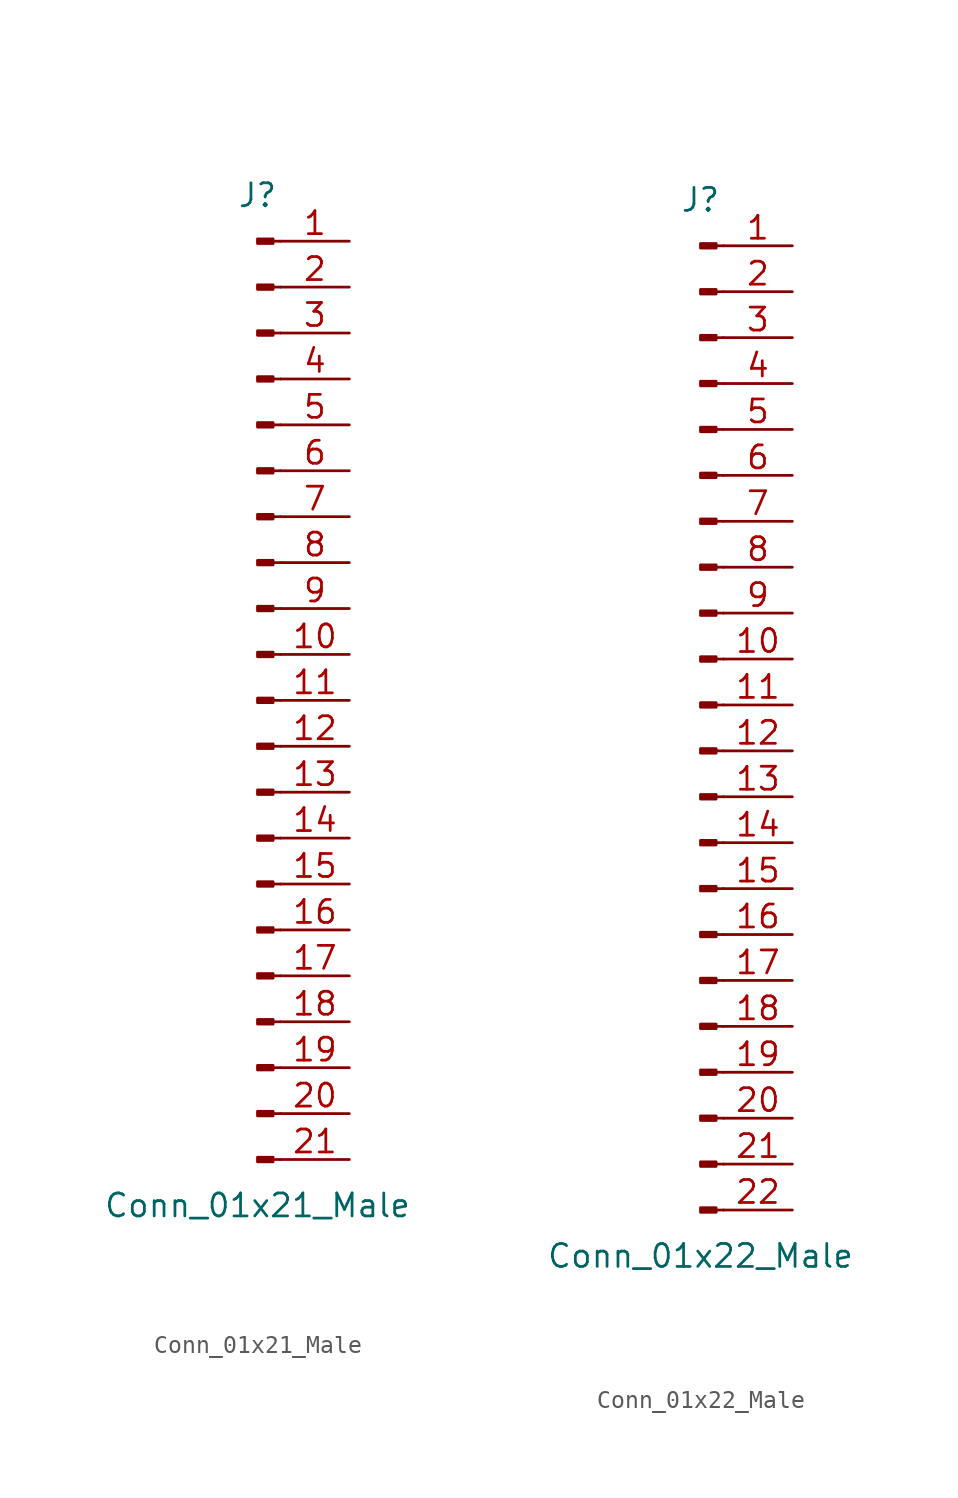
<source format=kicad_sym>
(kicad_symbol_lib
  (version 20201005)
  (generator kicad_symbol_editor)
  (symbol "Connector:Conn_01x21_Male"
    (pin_names
      (offset 1.016) hide)
    (property "Reference" "J"
      (at 0 27.94 0)
      (effects (font (size 1.27 1.27))))
    (property "Value" "Conn_01x21_Male"
      (at 0 -27.94 0)
      (effects (font (size 1.27 1.27))))
    (symbol "Conn_01x21_Male_1_1"
      (rectangle (start 0.864 -25.273) (end 0 -25.527) (stroke (width 0.152)) (fill (type outline)))
      (rectangle (start 0.864 -22.733) (end 0 -22.987) (stroke (width 0.152)) (fill (type outline)))
      (rectangle (start 0.864 -20.193) (end 0 -20.447) (stroke (width 0.152)) (fill (type outline)))
      (rectangle (start 0.864 -17.653) (end 0 -17.907) (stroke (width 0.152)) (fill (type outline)))
      (rectangle (start 0.864 -15.113) (end 0 -15.367) (stroke (width 0.152)) (fill (type outline)))
      (rectangle (start 0.864 -12.573) (end 0 -12.827) (stroke (width 0.152)) (fill (type outline)))
      (rectangle (start 0.864 -10.033) (end 0 -10.287) (stroke (width 0.152)) (fill (type outline)))
      (rectangle (start 0.864 -7.493) (end 0 -7.747) (stroke (width 0.152)) (fill (type outline)))
      (rectangle (start 0.864 -4.953) (end 0 -5.207) (stroke (width 0.152)) (fill (type outline)))
      (rectangle (start 0.864 -2.413) (end 0 -2.667) (stroke (width 0.152)) (fill (type outline)))
      (rectangle (start 0.864 0.127) (end 0 -0.127) (stroke (width 0.152)) (fill (type outline)))
      (rectangle (start 0.864 2.667) (end 0 2.413) (stroke (width 0.152)) (fill (type outline)))
      (rectangle (start 0.864 5.207) (end 0 4.953) (stroke (width 0.152)) (fill (type outline)))
      (rectangle (start 0.864 7.747) (end 0 7.493) (stroke (width 0.152)) (fill (type outline)))
      (rectangle (start 0.864 10.287) (end 0 10.033) (stroke (width 0.152)) (fill (type outline)))
      (rectangle (start 0.864 12.827) (end 0 12.573) (stroke (width 0.152)) (fill (type outline)))
      (rectangle (start 0.864 15.367) (end 0 15.113) (stroke (width 0.152)) (fill (type outline)))
      (rectangle (start 0.864 17.907) (end 0 17.653) (stroke (width 0.152)) (fill (type outline)))
      (rectangle (start 0.864 20.447) (end 0 20.193) (stroke (width 0.152)) (fill (type outline)))
      (rectangle (start 0.864 22.987) (end 0 22.733) (stroke (width 0.152)) (fill (type outline)))
      (rectangle (start 0.864 25.527) (end 0 25.273) (stroke (width 0.152)) (fill (type outline)))
      (polyline (pts (xy 1.27 -25.4) (xy 0.864 -25.4)) (stroke (width 0.152)) (fill (type none)))
      (polyline (pts (xy 1.27 -22.86) (xy 0.864 -22.86)) (stroke (width 0.152)) (fill (type none)))
      (polyline (pts (xy 1.27 -20.32) (xy 0.864 -20.32)) (stroke (width 0.152)) (fill (type none)))
      (polyline (pts (xy 1.27 -17.78) (xy 0.864 -17.78)) (stroke (width 0.152)) (fill (type none)))
      (polyline (pts (xy 1.27 -15.24) (xy 0.864 -15.24)) (stroke (width 0.152)) (fill (type none)))
      (polyline (pts (xy 1.27 -12.7) (xy 0.864 -12.7)) (stroke (width 0.152)) (fill (type none)))
      (polyline (pts (xy 1.27 -10.16) (xy 0.864 -10.16)) (stroke (width 0.152)) (fill (type none)))
      (polyline (pts (xy 1.27 -7.62) (xy 0.864 -7.62)) (stroke (width 0.152)) (fill (type none)))
      (polyline (pts (xy 1.27 -5.08) (xy 0.864 -5.08)) (stroke (width 0.152)) (fill (type none)))
      (polyline (pts (xy 1.27 -2.54) (xy 0.864 -2.54)) (stroke (width 0.152)) (fill (type none)))
      (polyline (pts (xy 1.27 0) (xy 0.864 0)) (stroke (width 0.152)) (fill (type none)))
      (polyline (pts (xy 1.27 2.54) (xy 0.864 2.54)) (stroke (width 0.152)) (fill (type none)))
      (polyline (pts (xy 1.27 5.08) (xy 0.864 5.08)) (stroke (width 0.152)) (fill (type none)))
      (polyline (pts (xy 1.27 7.62) (xy 0.864 7.62)) (stroke (width 0.152)) (fill (type none)))
      (polyline (pts (xy 1.27 10.16) (xy 0.864 10.16)) (stroke (width 0.152)) (fill (type none)))
      (polyline (pts (xy 1.27 12.7) (xy 0.864 12.7)) (stroke (width 0.152)) (fill (type none)))
      (polyline (pts (xy 1.27 15.24) (xy 0.864 15.24)) (stroke (width 0.152)) (fill (type none)))
      (polyline (pts (xy 1.27 17.78) (xy 0.864 17.78)) (stroke (width 0.152)) (fill (type none)))
      (polyline (pts (xy 1.27 20.32) (xy 0.864 20.32)) (stroke (width 0.152)) (fill (type none)))
      (polyline (pts (xy 1.27 22.86) (xy 0.864 22.86)) (stroke (width 0.152)) (fill (type none)))
      (polyline (pts (xy 1.27 25.4) (xy 0.864 25.4)) (stroke (width 0.152)) (fill (type none)))
      (pin passive line (at 5.08 25.4 180) (length 3.81) (name "Pin_1" (effects (font (size 1.27 1.27)))) (number "1" (effects (font (size 1.27 1.27)))))
      (pin passive line (at 5.08 2.54 180) (length 3.81) (name "Pin_10" (effects (font (size 1.27 1.27)))) (number "10" (effects (font (size 1.27 1.27)))))
      (pin passive line (at 5.08 0 180) (length 3.81) (name "Pin_11" (effects (font (size 1.27 1.27)))) (number "11" (effects (font (size 1.27 1.27)))))
      (pin passive line (at 5.08 -2.54 180) (length 3.81) (name "Pin_12" (effects (font (size 1.27 1.27)))) (number "12" (effects (font (size 1.27 1.27)))))
      (pin passive line (at 5.08 -5.08 180) (length 3.81) (name "Pin_13" (effects (font (size 1.27 1.27)))) (number "13" (effects (font (size 1.27 1.27)))))
      (pin passive line (at 5.08 -7.62 180) (length 3.81) (name "Pin_14" (effects (font (size 1.27 1.27)))) (number "14" (effects (font (size 1.27 1.27)))))
      (pin passive line (at 5.08 -10.16 180) (length 3.81) (name "Pin_15" (effects (font (size 1.27 1.27)))) (number "15" (effects (font (size 1.27 1.27)))))
      (pin passive line (at 5.08 -12.7 180) (length 3.81) (name "Pin_16" (effects (font (size 1.27 1.27)))) (number "16" (effects (font (size 1.27 1.27)))))
      (pin passive line (at 5.08 -15.24 180) (length 3.81) (name "Pin_17" (effects (font (size 1.27 1.27)))) (number "17" (effects (font (size 1.27 1.27)))))
      (pin passive line (at 5.08 -17.78 180) (length 3.81) (name "Pin_18" (effects (font (size 1.27 1.27)))) (number "18" (effects (font (size 1.27 1.27)))))
      (pin passive line (at 5.08 -20.32 180) (length 3.81) (name "Pin_19" (effects (font (size 1.27 1.27)))) (number "19" (effects (font (size 1.27 1.27)))))
      (pin passive line (at 5.08 22.86 180) (length 3.81) (name "Pin_2" (effects (font (size 1.27 1.27)))) (number "2" (effects (font (size 1.27 1.27)))))
      (pin passive line (at 5.08 -22.86 180) (length 3.81) (name "Pin_20" (effects (font (size 1.27 1.27)))) (number "20" (effects (font (size 1.27 1.27)))))
      (pin passive line (at 5.08 -25.4 180) (length 3.81) (name "Pin_21" (effects (font (size 1.27 1.27)))) (number "21" (effects (font (size 1.27 1.27)))))
      (pin passive line (at 5.08 20.32 180) (length 3.81) (name "Pin_3" (effects (font (size 1.27 1.27)))) (number "3" (effects (font (size 1.27 1.27)))))
      (pin passive line (at 5.08 17.78 180) (length 3.81) (name "Pin_4" (effects (font (size 1.27 1.27)))) (number "4" (effects (font (size 1.27 1.27)))))
      (pin passive line (at 5.08 15.24 180) (length 3.81) (name "Pin_5" (effects (font (size 1.27 1.27)))) (number "5" (effects (font (size 1.27 1.27)))))
      (pin passive line (at 5.08 12.7 180) (length 3.81) (name "Pin_6" (effects (font (size 1.27 1.27)))) (number "6" (effects (font (size 1.27 1.27)))))
      (pin passive line (at 5.08 10.16 180) (length 3.81) (name "Pin_7" (effects (font (size 1.27 1.27)))) (number "7" (effects (font (size 1.27 1.27)))))
      (pin passive line (at 5.08 7.62 180) (length 3.81) (name "Pin_8" (effects (font (size 1.27 1.27)))) (number "8" (effects (font (size 1.27 1.27)))))
      (pin passive line (at 5.08 5.08 180) (length 3.81) (name "Pin_9" (effects (font (size 1.27 1.27)))) (number "9" (effects (font (size 1.27 1.27)))))))
  (symbol "Connector:Conn_01x22_Male"
    (pin_names
      (offset 1.016) hide)
    (property "Reference" "J"
      (at 0 27.94 0)
      (effects (font (size 1.27 1.27))))
    (property "Value" "Conn_01x22_Male"
      (at 0 -30.48 0)
      (effects (font (size 1.27 1.27))))
    (symbol "Conn_01x22_Male_1_1"
      (rectangle (start 0.864 -27.813) (end 0 -28.067) (stroke (width 0.152)) (fill (type outline)))
      (rectangle (start 0.864 -25.273) (end 0 -25.527) (stroke (width 0.152)) (fill (type outline)))
      (rectangle (start 0.864 -22.733) (end 0 -22.987) (stroke (width 0.152)) (fill (type outline)))
      (rectangle (start 0.864 -20.193) (end 0 -20.447) (stroke (width 0.152)) (fill (type outline)))
      (rectangle (start 0.864 -17.653) (end 0 -17.907) (stroke (width 0.152)) (fill (type outline)))
      (rectangle (start 0.864 -15.113) (end 0 -15.367) (stroke (width 0.152)) (fill (type outline)))
      (rectangle (start 0.864 -12.573) (end 0 -12.827) (stroke (width 0.152)) (fill (type outline)))
      (rectangle (start 0.864 -10.033) (end 0 -10.287) (stroke (width 0.152)) (fill (type outline)))
      (rectangle (start 0.864 -7.493) (end 0 -7.747) (stroke (width 0.152)) (fill (type outline)))
      (rectangle (start 0.864 -4.953) (end 0 -5.207) (stroke (width 0.152)) (fill (type outline)))
      (rectangle (start 0.864 -2.413) (end 0 -2.667) (stroke (width 0.152)) (fill (type outline)))
      (rectangle (start 0.864 0.127) (end 0 -0.127) (stroke (width 0.152)) (fill (type outline)))
      (rectangle (start 0.864 2.667) (end 0 2.413) (stroke (width 0.152)) (fill (type outline)))
      (rectangle (start 0.864 5.207) (end 0 4.953) (stroke (width 0.152)) (fill (type outline)))
      (rectangle (start 0.864 7.747) (end 0 7.493) (stroke (width 0.152)) (fill (type outline)))
      (rectangle (start 0.864 10.287) (end 0 10.033) (stroke (width 0.152)) (fill (type outline)))
      (rectangle (start 0.864 12.827) (end 0 12.573) (stroke (width 0.152)) (fill (type outline)))
      (rectangle (start 0.864 15.367) (end 0 15.113) (stroke (width 0.152)) (fill (type outline)))
      (rectangle (start 0.864 17.907) (end 0 17.653) (stroke (width 0.152)) (fill (type outline)))
      (rectangle (start 0.864 20.447) (end 0 20.193) (stroke (width 0.152)) (fill (type outline)))
      (rectangle (start 0.864 22.987) (end 0 22.733) (stroke (width 0.152)) (fill (type outline)))
      (rectangle (start 0.864 25.527) (end 0 25.273) (stroke (width 0.152)) (fill (type outline)))
      (polyline (pts (xy 1.27 -27.94) (xy 0.864 -27.94)) (stroke (width 0.152)) (fill (type none)))
      (polyline (pts (xy 1.27 -25.4) (xy 0.864 -25.4)) (stroke (width 0.152)) (fill (type none)))
      (polyline (pts (xy 1.27 -22.86) (xy 0.864 -22.86)) (stroke (width 0.152)) (fill (type none)))
      (polyline (pts (xy 1.27 -20.32) (xy 0.864 -20.32)) (stroke (width 0.152)) (fill (type none)))
      (polyline (pts (xy 1.27 -17.78) (xy 0.864 -17.78)) (stroke (width 0.152)) (fill (type none)))
      (polyline (pts (xy 1.27 -15.24) (xy 0.864 -15.24)) (stroke (width 0.152)) (fill (type none)))
      (polyline (pts (xy 1.27 -12.7) (xy 0.864 -12.7)) (stroke (width 0.152)) (fill (type none)))
      (polyline (pts (xy 1.27 -10.16) (xy 0.864 -10.16)) (stroke (width 0.152)) (fill (type none)))
      (polyline (pts (xy 1.27 -7.62) (xy 0.864 -7.62)) (stroke (width 0.152)) (fill (type none)))
      (polyline (pts (xy 1.27 -5.08) (xy 0.864 -5.08)) (stroke (width 0.152)) (fill (type none)))
      (polyline (pts (xy 1.27 -2.54) (xy 0.864 -2.54)) (stroke (width 0.152)) (fill (type none)))
      (polyline (pts (xy 1.27 0) (xy 0.864 0)) (stroke (width 0.152)) (fill (type none)))
      (polyline (pts (xy 1.27 2.54) (xy 0.864 2.54)) (stroke (width 0.152)) (fill (type none)))
      (polyline (pts (xy 1.27 5.08) (xy 0.864 5.08)) (stroke (width 0.152)) (fill (type none)))
      (polyline (pts (xy 1.27 7.62) (xy 0.864 7.62)) (stroke (width 0.152)) (fill (type none)))
      (polyline (pts (xy 1.27 10.16) (xy 0.864 10.16)) (stroke (width 0.152)) (fill (type none)))
      (polyline (pts (xy 1.27 12.7) (xy 0.864 12.7)) (stroke (width 0.152)) (fill (type none)))
      (polyline (pts (xy 1.27 15.24) (xy 0.864 15.24)) (stroke (width 0.152)) (fill (type none)))
      (polyline (pts (xy 1.27 17.78) (xy 0.864 17.78)) (stroke (width 0.152)) (fill (type none)))
      (polyline (pts (xy 1.27 20.32) (xy 0.864 20.32)) (stroke (width 0.152)) (fill (type none)))
      (polyline (pts (xy 1.27 22.86) (xy 0.864 22.86)) (stroke (width 0.152)) (fill (type none)))
      (polyline (pts (xy 1.27 25.4) (xy 0.864 25.4)) (stroke (width 0.152)) (fill (type none)))
      (pin passive line (at 5.08 25.4 180) (length 3.81) (name "Pin_1" (effects (font (size 1.27 1.27)))) (number "1" (effects (font (size 1.27 1.27)))))
      (pin passive line (at 5.08 2.54 180) (length 3.81) (name "Pin_10" (effects (font (size 1.27 1.27)))) (number "10" (effects (font (size 1.27 1.27)))))
      (pin passive line (at 5.08 0 180) (length 3.81) (name "Pin_11" (effects (font (size 1.27 1.27)))) (number "11" (effects (font (size 1.27 1.27)))))
      (pin passive line (at 5.08 -2.54 180) (length 3.81) (name "Pin_12" (effects (font (size 1.27 1.27)))) (number "12" (effects (font (size 1.27 1.27)))))
      (pin passive line (at 5.08 -5.08 180) (length 3.81) (name "Pin_13" (effects (font (size 1.27 1.27)))) (number "13" (effects (font (size 1.27 1.27)))))
      (pin passive line (at 5.08 -7.62 180) (length 3.81) (name "Pin_14" (effects (font (size 1.27 1.27)))) (number "14" (effects (font (size 1.27 1.27)))))
      (pin passive line (at 5.08 -10.16 180) (length 3.81) (name "Pin_15" (effects (font (size 1.27 1.27)))) (number "15" (effects (font (size 1.27 1.27)))))
      (pin passive line (at 5.08 -12.7 180) (length 3.81) (name "Pin_16" (effects (font (size 1.27 1.27)))) (number "16" (effects (font (size 1.27 1.27)))))
      (pin passive line (at 5.08 -15.24 180) (length 3.81) (name "Pin_17" (effects (font (size 1.27 1.27)))) (number "17" (effects (font (size 1.27 1.27)))))
      (pin passive line (at 5.08 -17.78 180) (length 3.81) (name "Pin_18" (effects (font (size 1.27 1.27)))) (number "18" (effects (font (size 1.27 1.27)))))
      (pin passive line (at 5.08 -20.32 180) (length 3.81) (name "Pin_19" (effects (font (size 1.27 1.27)))) (number "19" (effects (font (size 1.27 1.27)))))
      (pin passive line (at 5.08 22.86 180) (length 3.81) (name "Pin_2" (effects (font (size 1.27 1.27)))) (number "2" (effects (font (size 1.27 1.27)))))
      (pin passive line (at 5.08 -22.86 180) (length 3.81) (name "Pin_20" (effects (font (size 1.27 1.27)))) (number "20" (effects (font (size 1.27 1.27)))))
      (pin passive line (at 5.08 -25.4 180) (length 3.81) (name "Pin_21" (effects (font (size 1.27 1.27)))) (number "21" (effects (font (size 1.27 1.27)))))
      (pin passive line (at 5.08 -27.94 180) (length 3.81) (name "Pin_22" (effects (font (size 1.27 1.27)))) (number "22" (effects (font (size 1.27 1.27)))))
      (pin passive line (at 5.08 20.32 180) (length 3.81) (name "Pin_3" (effects (font (size 1.27 1.27)))) (number "3" (effects (font (size 1.27 1.27)))))
      (pin passive line (at 5.08 17.78 180) (length 3.81) (name "Pin_4" (effects (font (size 1.27 1.27)))) (number "4" (effects (font (size 1.27 1.27)))))
      (pin passive line (at 5.08 15.24 180) (length 3.81) (name "Pin_5" (effects (font (size 1.27 1.27)))) (number "5" (effects (font (size 1.27 1.27)))))
      (pin passive line (at 5.08 12.7 180) (length 3.81) (name "Pin_6" (effects (font (size 1.27 1.27)))) (number "6" (effects (font (size 1.27 1.27)))))
      (pin passive line (at 5.08 10.16 180) (length 3.81) (name "Pin_7" (effects (font (size 1.27 1.27)))) (number "7" (effects (font (size 1.27 1.27)))))
      (pin passive line (at 5.08 7.62 180) (length 3.81) (name "Pin_8" (effects (font (size 1.27 1.27)))) (number "8" (effects (font (size 1.27 1.27)))))
      (pin passive line (at 5.08 5.08 180) (length 3.81) (name "Pin_9" (effects (font (size 1.27 1.27)))) (number "9" (effects (font (size 1.27 1.27))))))))
</source>
